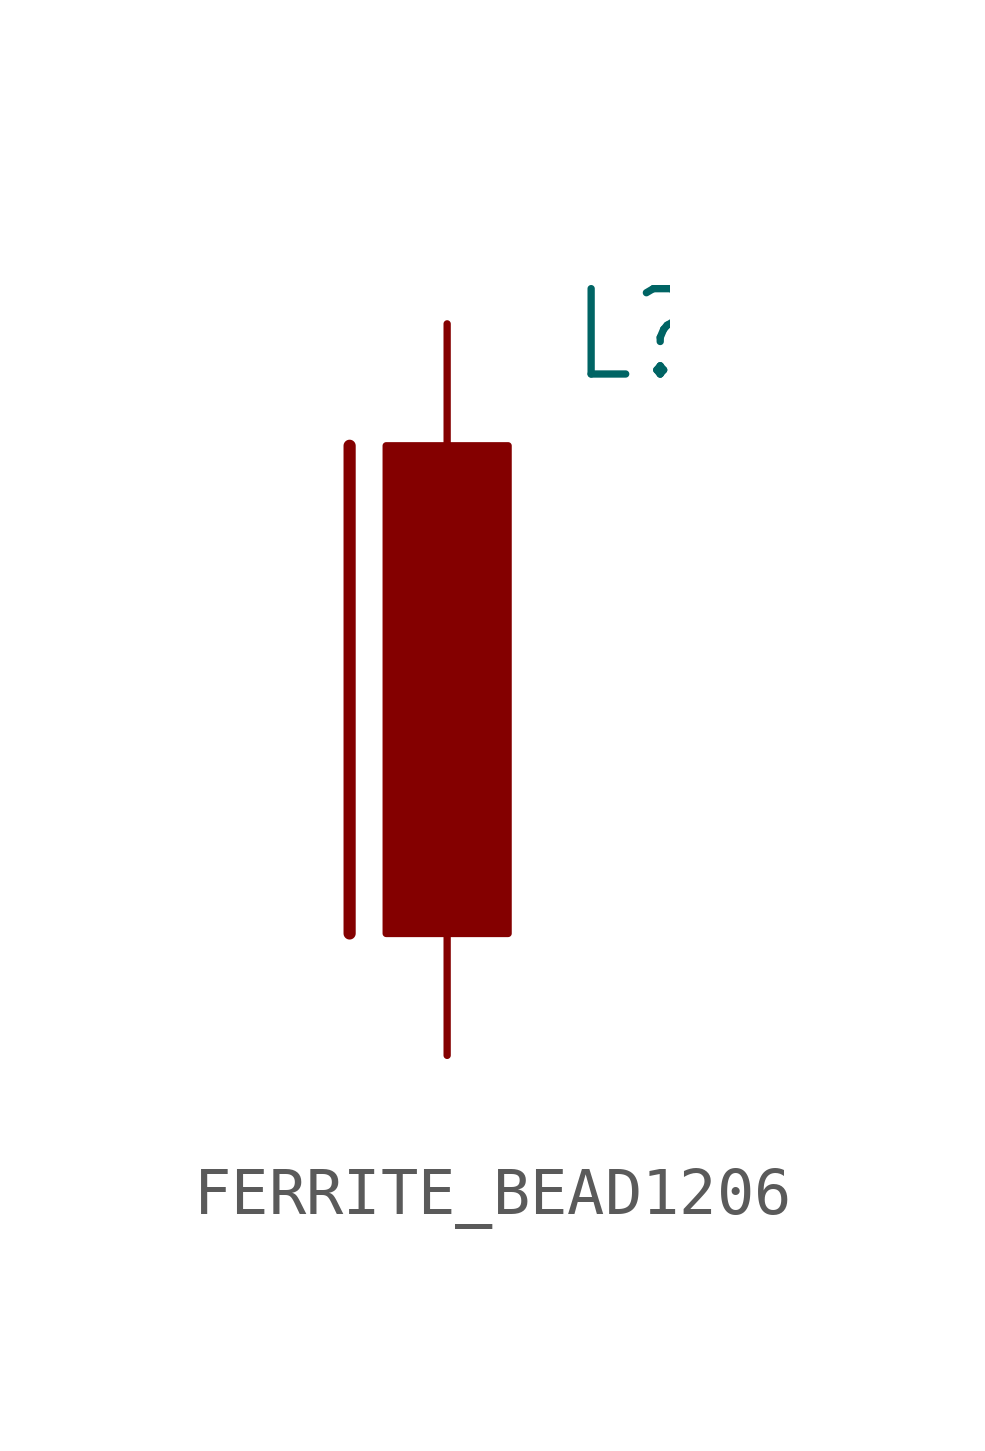
<source format=kicad_sym>
(kicad_symbol_lib
  (version 20220914)
  (generator kicad_symbol_editor)
  (symbol "FERRITE_BEAD1206"
    (property "Reference" "L"
      (at 2.54 6.35 0)
      (effects (font (size 1.778 1.511)) (justify left bottom)))
    (property "Value" ""
      (at 2.54 -6.35 0)
      (effects (font (size 1.778 1.511)) (justify left bottom)))
    (property "ki_locked" ""
      (at 0 0 0)
      (effects (font (size 1.27 1.27))))
    (symbol "FERRITE_BEAD1206_1_0"
      (rectangle (start -1.27 -5.08) (end 1.27 5.08) (stroke (width 0) (type default)) (fill (type outline)))
      (polyline (pts (xy -2.032 -5.08) (xy -2.032 5.08)) (stroke (width 0.254) (type solid)) (fill (type none)))
      (pin passive line (at 0 7.62 270) (length 2.54) (name "1" (effects (font (size 0 0)))) (number "1" (effects (font (size 0 0)))))
      (pin passive line (at 0 -7.62 90) (length 2.54) (name "2" (effects (font (size 0 0)))) (number "2" (effects (font (size 0 0))))))))
</source>
